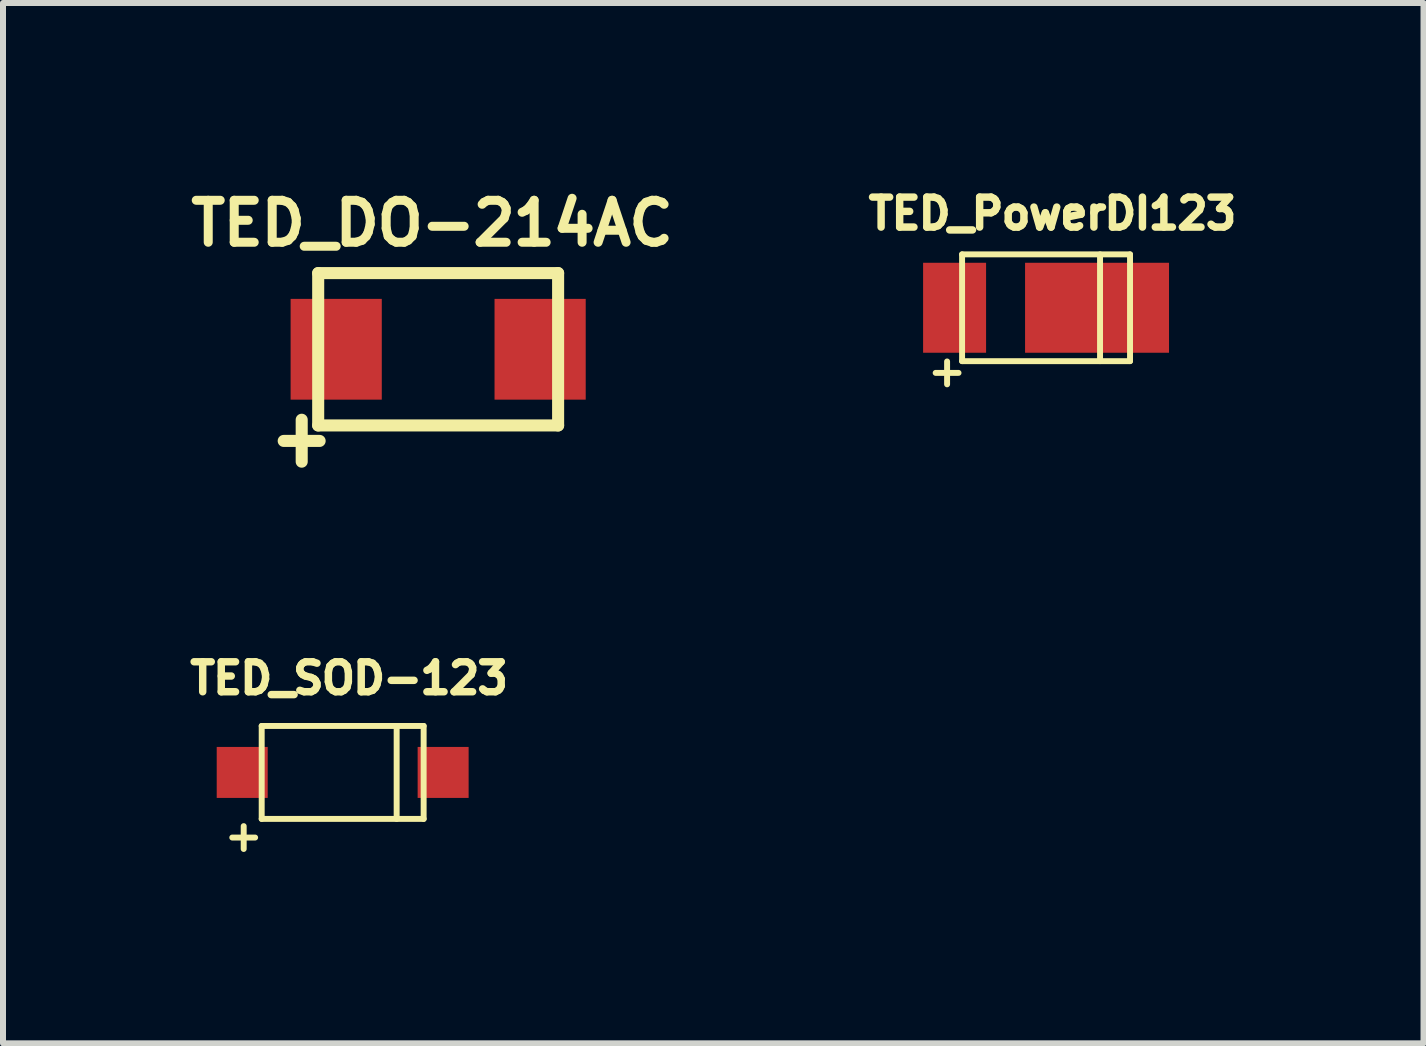
<source format=kicad_pcb>
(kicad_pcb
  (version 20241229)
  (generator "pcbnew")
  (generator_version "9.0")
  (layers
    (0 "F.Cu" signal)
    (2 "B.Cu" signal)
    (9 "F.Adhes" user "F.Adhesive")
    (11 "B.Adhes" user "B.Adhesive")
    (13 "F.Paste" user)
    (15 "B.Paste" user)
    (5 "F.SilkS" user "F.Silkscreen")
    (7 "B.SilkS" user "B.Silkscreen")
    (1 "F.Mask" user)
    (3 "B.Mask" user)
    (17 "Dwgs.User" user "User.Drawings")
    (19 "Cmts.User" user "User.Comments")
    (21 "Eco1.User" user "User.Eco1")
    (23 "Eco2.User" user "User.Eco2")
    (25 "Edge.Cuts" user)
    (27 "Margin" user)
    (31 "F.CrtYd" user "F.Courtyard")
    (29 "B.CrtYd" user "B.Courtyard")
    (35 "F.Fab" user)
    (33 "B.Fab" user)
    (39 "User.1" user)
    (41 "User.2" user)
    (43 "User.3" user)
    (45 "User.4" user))
  (footprint "TED_DO-214AC"
    (layer "F.Cu")
    (at 4.255 2.773)
    (property "Reference" "TED_DO-214AC" (at -0.1 -2.1 0) (layer "F.SilkS") (effects (font (size 0.7 0.7) (thickness 0.15))))
    (attr through_hole)
    (fp_line (start -2.575 1.528) (end -1.976 1.528) (stroke (width 0.201) (type solid)) (layer "F.SilkS"))
    (fp_line (start -2.275 1.175) (end -2.275 1.874) (stroke (width 0.201) (type solid)) (layer "F.SilkS"))
    (fp_line (start -2 -1.27) (end 2 -1.27) (stroke (width 0.201) (type solid)) (layer "F.SilkS"))
    (fp_line (start -2 1.27) (end -2 -1.27) (stroke (width 0.201) (type solid)) (layer "F.SilkS"))
    (fp_line (start 2 -1.27) (end 2 1.27) (stroke (width 0.201) (type solid)) (layer "F.SilkS"))
    (fp_line (start 2 1.27) (end -2 1.27) (stroke (width 0.201) (type solid)) (layer "F.SilkS"))
    (pad "1" smd rect (at -1.7 0) (size 1.52 1.68) (layers "F.Cu" "F.Mask" "F.Paste"))
    (pad "2" smd rect (at 1.7 0) (size 1.52 1.68) (layers "F.Cu" "F.Mask" "F.Paste")))
  (footprint "TED_PowerDI123"
    (layer "F.Cu")
    (at 14.39 2.081)
    (property "Reference" "TED_PowerDI123" (at 0.107 -1.57 0) (layer "F.SilkS") (effects (font (size 0.5 0.5) (thickness 0.124))))
    (attr through_hole)
    (fp_line (start -1.4 -0.89) (end 1.4 -0.89) (stroke (width 0.099) (type solid)) (layer "F.SilkS"))
    (fp_line (start -1.4 0.89) (end -1.4 -0.89) (stroke (width 0.099) (type solid)) (layer "F.SilkS"))
    (fp_line (start 0.9 -0.89) (end 0.9 0.89) (stroke (width 0.099) (type solid)) (layer "F.SilkS"))
    (fp_line (start 1.4 -0.89) (end 1.4 0.89) (stroke (width 0.099) (type solid)) (layer "F.SilkS"))
    (fp_line (start 1.4 0.89) (end -1.4 0.89) (stroke (width 0.099) (type solid)) (layer "F.SilkS"))
    (fp_text user "+" (at -1.65 1.05 0) (layer "F.SilkS") (effects (font (size 0.5 0.5) (thickness 0.099))))
    (pad "1" smd rect (at -1.525 0) (size 1.05 1.5) (layers "F.Cu" "F.Mask" "F.Paste"))
    (pad "2" smd rect (at 0.85 0) (size 2.4 1.5) (layers "F.Cu" "F.Mask" "F.Paste")))
  (footprint "TED_SOD-123"
    (layer "F.Cu")
    (at 2.663 9.828)
    (property "Reference" "TED_SOD-123" (at 0.107 -1.57 0) (layer "F.SilkS") (effects (font (size 0.5 0.5) (thickness 0.124))))
    (attr through_hole)
    (fp_line (start -1.35 -0.775) (end 1.35 -0.775) (stroke (width 0.099) (type solid)) (layer "F.SilkS"))
    (fp_line (start -1.35 0.775) (end -1.35 -0.775) (stroke (width 0.099) (type solid)) (layer "F.SilkS"))
    (fp_line (start 0.9 -0.775) (end 0.9 0.775) (stroke (width 0.099) (type solid)) (layer "F.SilkS"))
    (fp_line (start 1.35 -0.775) (end 1.35 0.775) (stroke (width 0.099) (type solid)) (layer "F.SilkS"))
    (fp_line (start 1.35 0.775) (end -1.35 0.775) (stroke (width 0.099) (type solid)) (layer "F.SilkS"))
    (fp_text user "+" (at -1.65 1.05 0) (layer "F.SilkS") (effects (font (size 0.5 0.5) (thickness 0.099))))
    (pad "1" smd rect (at -1.675 0) (size 0.85 0.85) (layers "F.Cu" "F.Mask" "F.Paste"))
    (pad "2" smd rect (at 1.675 0) (size 0.85 0.85) (layers "F.Cu" "F.Mask" "F.Paste")))
  (gr_rect
    (start -3 -3)
    (end 20.683 14.344)
    (stroke (width 0.1) (type default))
    (fill no)
    (layer "Edge.Cuts")))
</source>
